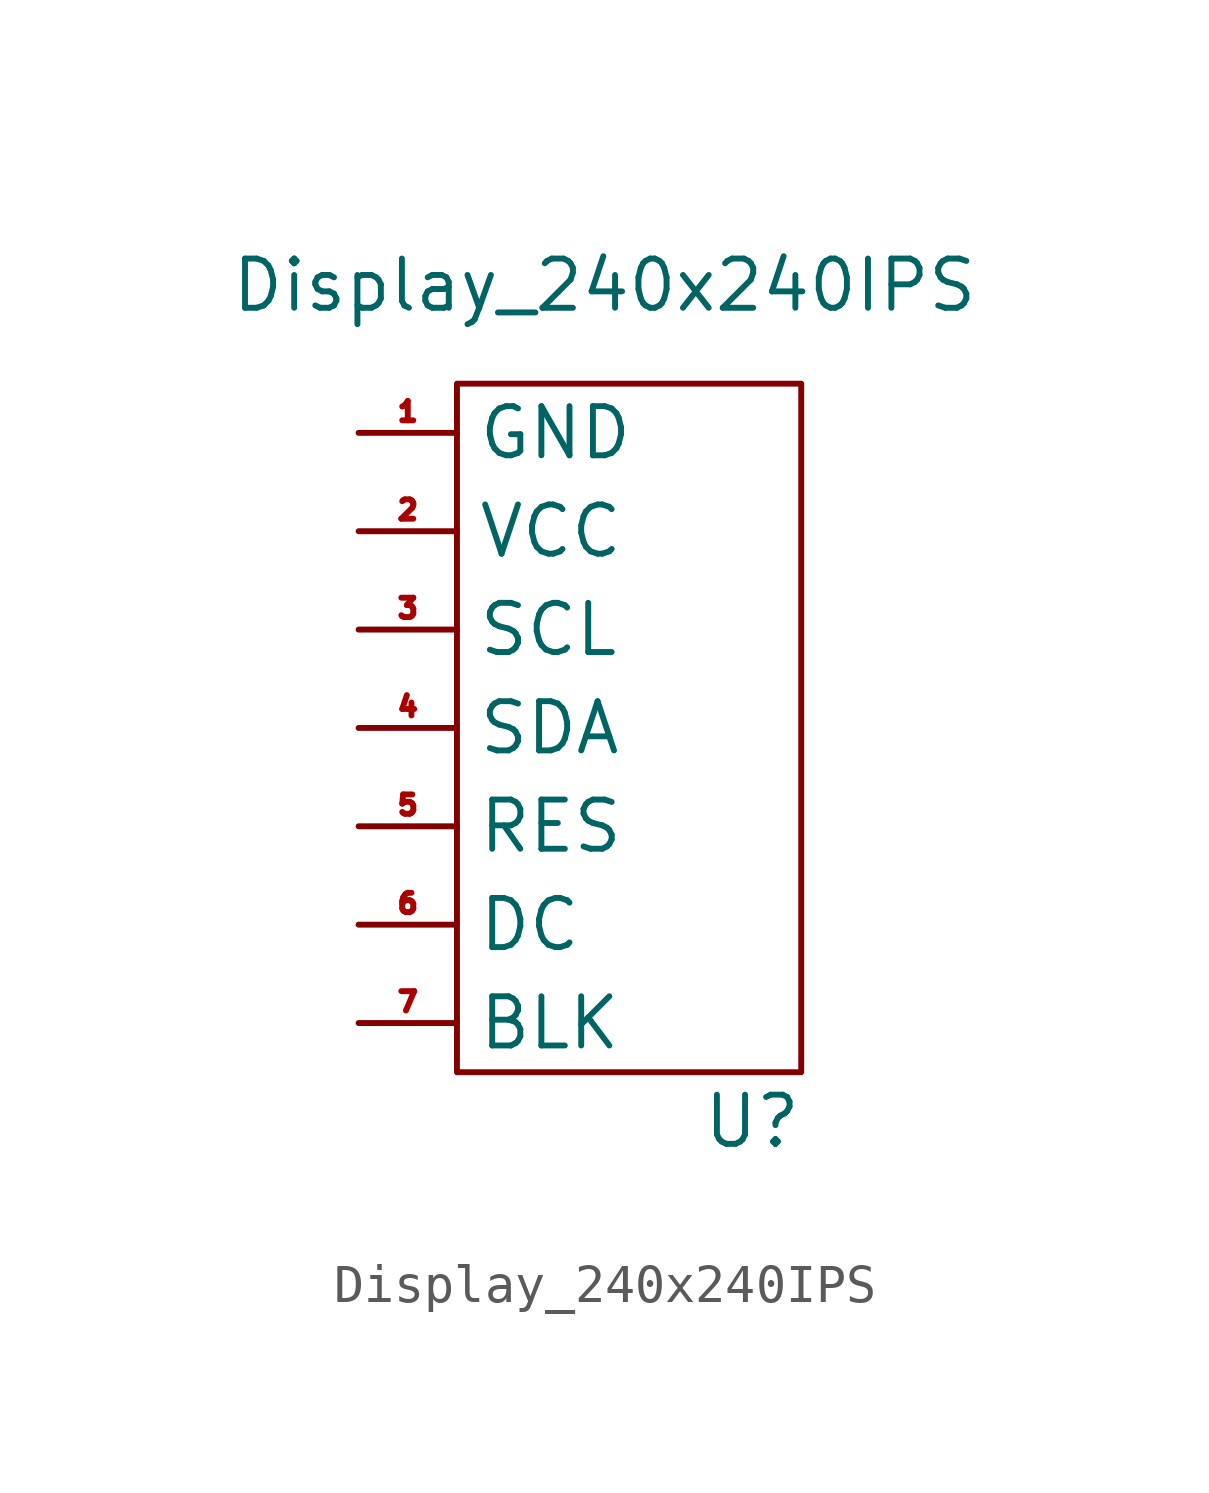
<source format=kicad_sym>
(kicad_symbol_lib
  (version 20211014)
  (generator kicad_symbol_editor)
  (symbol "Display_240x240IPS"
    (property "Reference" "U"
      (at 2.54 -25.4 0)
      (effects (font (size 1.27 1.27))))
    (property "Value" "Display_240x240IPS"
      (at -1.27 -3.81 0)
      (effects (font (size 1.27 1.27))))
    (symbol "Display_240x240IPS_0_1"
      (rectangle (start -5.08 -6.35) (end 3.81 -24.13) (stroke (width 0) (type default) (color 0 0 0 0)) (fill (type none))))
    (symbol "Display_240x240IPS_1_1"
      (pin input line (at -7.62 -7.62 0) (length 2.54) (name "GND" (effects (font (size 1.27 1.27)))) (number "1" (effects (font (size 0.5 0.5)))))
      (pin input line (at -7.62 -10.16 0) (length 2.54) (name "VCC" (effects (font (size 1.27 1.27)))) (number "2" (effects (font (size 0.5 0.5)))))
      (pin input line (at -7.62 -12.7 0) (length 2.54) (name "SCL" (effects (font (size 1.27 1.27)))) (number "3" (effects (font (size 0.5 0.5)))))
      (pin input line (at -7.62 -15.24 0) (length 2.54) (name "SDA" (effects (font (size 1.27 1.27)))) (number "4" (effects (font (size 0.5 0.5)))))
      (pin input line (at -7.62 -17.78 0) (length 2.54) (name "RES" (effects (font (size 1.27 1.27)))) (number "5" (effects (font (size 0.5 0.5)))))
      (pin input line (at -7.62 -20.32 0) (length 2.54) (name "DC" (effects (font (size 1.27 1.27)))) (number "6" (effects (font (size 0.5 0.5)))))
      (pin input line (at -7.62 -22.86 0) (length 2.54) (name "BLK" (effects (font (size 1.27 1.27)))) (number "7" (effects (font (size 0.5 0.5))))))))
</source>
